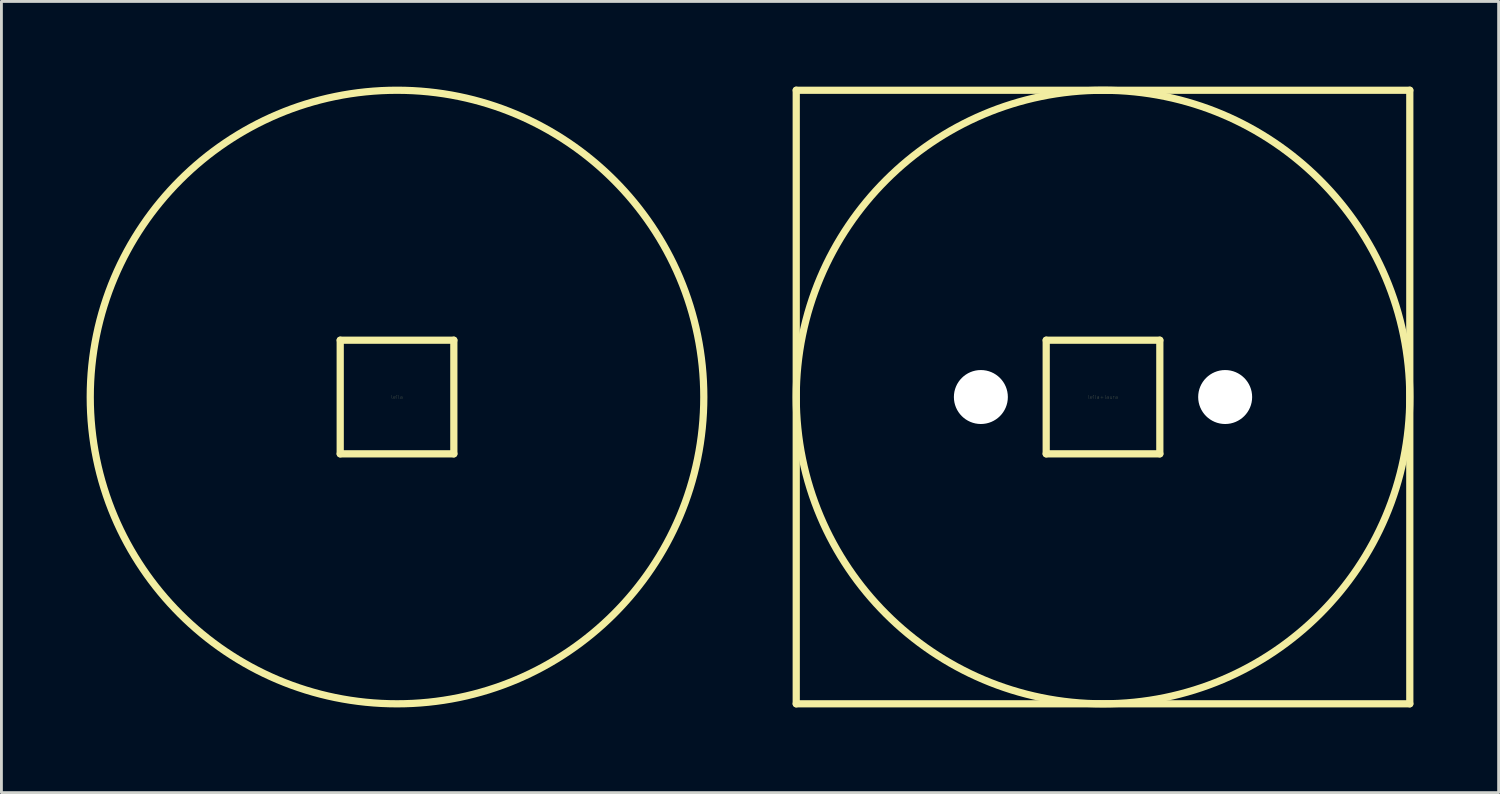
<source format=kicad_pcb>
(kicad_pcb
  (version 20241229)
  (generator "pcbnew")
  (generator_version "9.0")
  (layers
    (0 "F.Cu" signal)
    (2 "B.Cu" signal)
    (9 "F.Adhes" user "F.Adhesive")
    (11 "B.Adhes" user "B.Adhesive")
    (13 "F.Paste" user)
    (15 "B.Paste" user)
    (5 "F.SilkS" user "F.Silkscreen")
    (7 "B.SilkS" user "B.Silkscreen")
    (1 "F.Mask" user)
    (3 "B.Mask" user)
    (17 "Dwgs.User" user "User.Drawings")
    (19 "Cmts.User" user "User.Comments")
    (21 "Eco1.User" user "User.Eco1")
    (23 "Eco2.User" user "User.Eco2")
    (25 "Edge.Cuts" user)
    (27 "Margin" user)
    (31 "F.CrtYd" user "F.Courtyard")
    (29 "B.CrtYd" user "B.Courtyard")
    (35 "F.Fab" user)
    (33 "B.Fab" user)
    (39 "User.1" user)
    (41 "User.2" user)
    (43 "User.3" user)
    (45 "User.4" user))
  (footprint "leila"
    (layer "F.Cu")
    (at 10.927 10.927)
    (property "Reference" "leila" (at 0 0 0) (layer "F.SilkS") (effects (font (size 0.127 0.127) (thickness 0.003))))
    (attr smd)
    (fp_line (start -2 -2) (end 2 -2) (stroke (width 0.254) (type solid)) (layer "F.SilkS"))
    (fp_line (start -2 2) (end -2 -2) (stroke (width 0.254) (type solid)) (layer "F.SilkS"))
    (fp_line (start 2 -2) (end 2 2) (stroke (width 0.254) (type solid)) (layer "F.SilkS"))
    (fp_line (start 2 2) (end -2 2) (stroke (width 0.254) (type solid)) (layer "F.SilkS"))
    (fp_circle (center 0 0) (end -10.8 0) (stroke (width 0.254) (type solid)) (fill no) (layer "F.SilkS")))
  (footprint "leila+laura"
    (layer "F.Cu")
    (at 35.781 10.927)
    (property "Reference" "leila+laura" (at 0 0 0) (layer "F.SilkS") (effects (font (size 0.127 0.127) (thickness 0.003))))
    (attr smd)
    (fp_line (start -10.8 -10.8) (end -10.8 10.8) (stroke (width 0.254) (type solid)) (layer "F.SilkS"))
    (fp_line (start -10.8 10.8) (end 10.8 10.8) (stroke (width 0.254) (type solid)) (layer "F.SilkS"))
    (fp_line (start -2 -2) (end 2 -2) (stroke (width 0.254) (type solid)) (layer "F.SilkS"))
    (fp_line (start -2 2) (end -2 -2) (stroke (width 0.254) (type solid)) (layer "F.SilkS"))
    (fp_line (start 2 -2) (end 2 2) (stroke (width 0.254) (type solid)) (layer "F.SilkS"))
    (fp_line (start 2 2) (end -2 2) (stroke (width 0.254) (type solid)) (layer "F.SilkS"))
    (fp_line (start 10.8 -10.8) (end -10.8 -10.8) (stroke (width 0.254) (type solid)) (layer "F.SilkS"))
    (fp_line (start 10.8 -10.8) (end 10.8 10.8) (stroke (width 0.254) (type solid)) (layer "F.SilkS"))
    (fp_circle (center 0 0) (end -10.8 0) (stroke (width 0.254) (type solid)) (fill no) (layer "F.SilkS"))
    (pad "" np_thru_hole circle (at -4.3 0) (size 1.9 1.9) (drill 1.9) (layers "*.Cu" "*.Mask"))
    (pad "" np_thru_hole circle (at 4.3 0) (size 1.9 1.9) (drill 1.9) (layers "*.Cu" "*.Mask")))
  (gr_rect
    (start -3 -3)
    (end 49.708 24.854)
    (stroke (width 0.1) (type default))
    (fill no)
    (layer "Edge.Cuts")))
</source>
